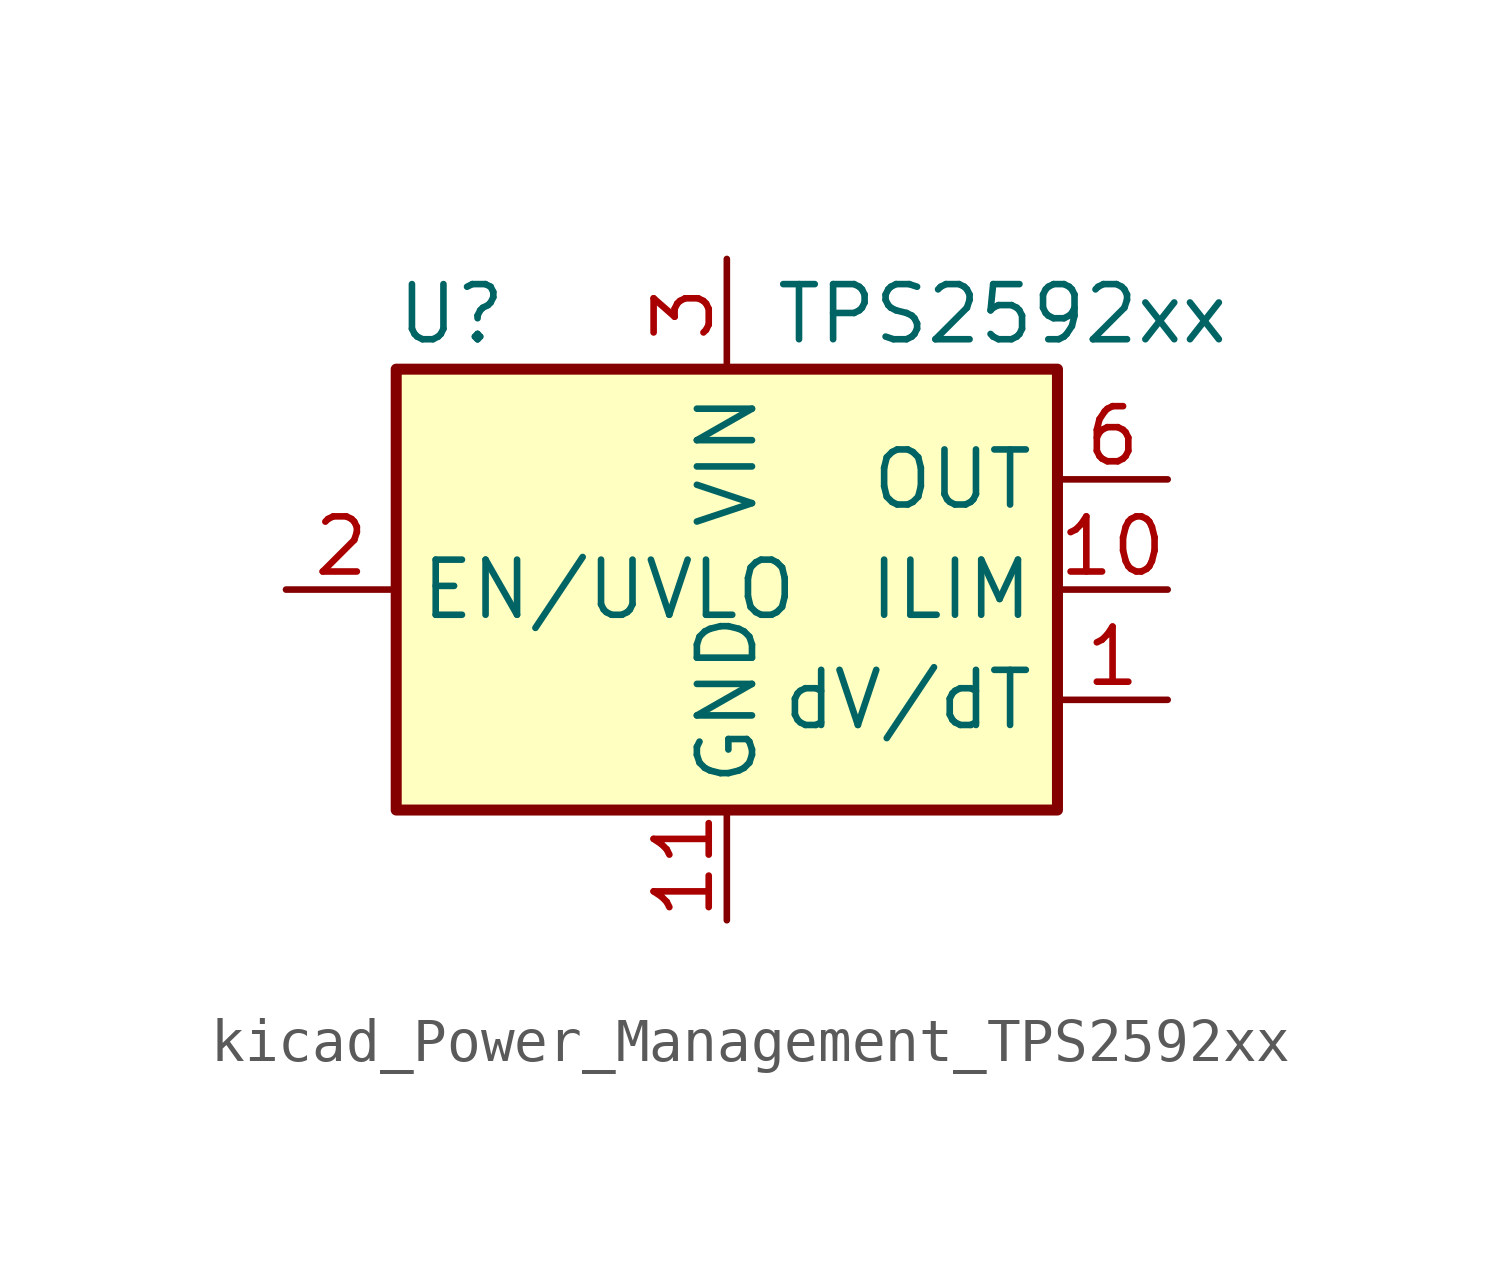
<source format=kicad_sym>
(kicad_symbol_lib
  (version 20220914)
  (generator kicad_symbol_editor)
  (symbol "kicad_Power_Management_TPS2592xx"
    (property "Reference" "U"
      (at -6.35 6.35 0)
      (effects (font (size 1.27 1.27))))
    (property "Value" "TPS2592xx"
      (at 6.35 6.35 0)
      (effects (font (size 1.27 1.27))))
    (symbol "kicad_Power_Management_TPS2592xx_0_1"
      (rectangle (start -7.62 5.08) (end 7.62 -5.08) (stroke (width 0.254) (type default)) (fill (type background))))
    (symbol "kicad_Power_Management_TPS2592xx_1_1"
      (pin output line (at 10.16 -2.54 180) (length 2.54) (name "dV/dT" (effects (font (size 1.27 1.27)))) (number "1" (effects (font (size 1.27 1.27)))))
      (pin output line (at 10.16 0 180) (length 2.54) (name "ILIM" (effects (font (size 1.27 1.27)))) (number "10" (effects (font (size 1.27 1.27)))))
      (pin power_in line (at 0 -7.62 90) (length 2.54) (name "GND" (effects (font (size 1.27 1.27)))) (number "11" (effects (font (size 1.27 1.27)))))
      (pin input line (at -10.16 0 0) (length 2.54) (name "EN/UVLO" (effects (font (size 1.27 1.27)))) (number "2" (effects (font (size 1.27 1.27)))))
      (pin power_in line (at 0 7.62 270) (length 2.54) (name "VIN" (effects (font (size 1.27 1.27)))) (number "3" (effects (font (size 1.27 1.27)))))
      (pin passive line (at 0 7.62 270) (length 2.54) hide (name "VIN" (effects (font (size 1.27 1.27)))) (number "4" (effects (font (size 1.27 1.27)))))
      (pin passive line (at 0 7.62 270) (length 2.54) hide (name "VIN" (effects (font (size 1.27 1.27)))) (number "5" (effects (font (size 1.27 1.27)))))
      (pin power_out line (at 10.16 2.54 180) (length 2.54) (name "OUT" (effects (font (size 1.27 1.27)))) (number "6" (effects (font (size 1.27 1.27)))))
      (pin passive line (at 10.16 2.54 180) (length 2.54) hide (name "OUT" (effects (font (size 1.27 1.27)))) (number "7" (effects (font (size 1.27 1.27)))))
      (pin passive line (at 10.16 2.54 180) (length 2.54) hide (name "OUT" (effects (font (size 1.27 1.27)))) (number "8" (effects (font (size 1.27 1.27)))))
      (pin no_connect line (at -7.62 -2.54 0) (length 2.54) hide (name "NC" (effects (font (size 1.27 1.27)))) (number "9" (effects (font (size 1.27 1.27))))))))
</source>
